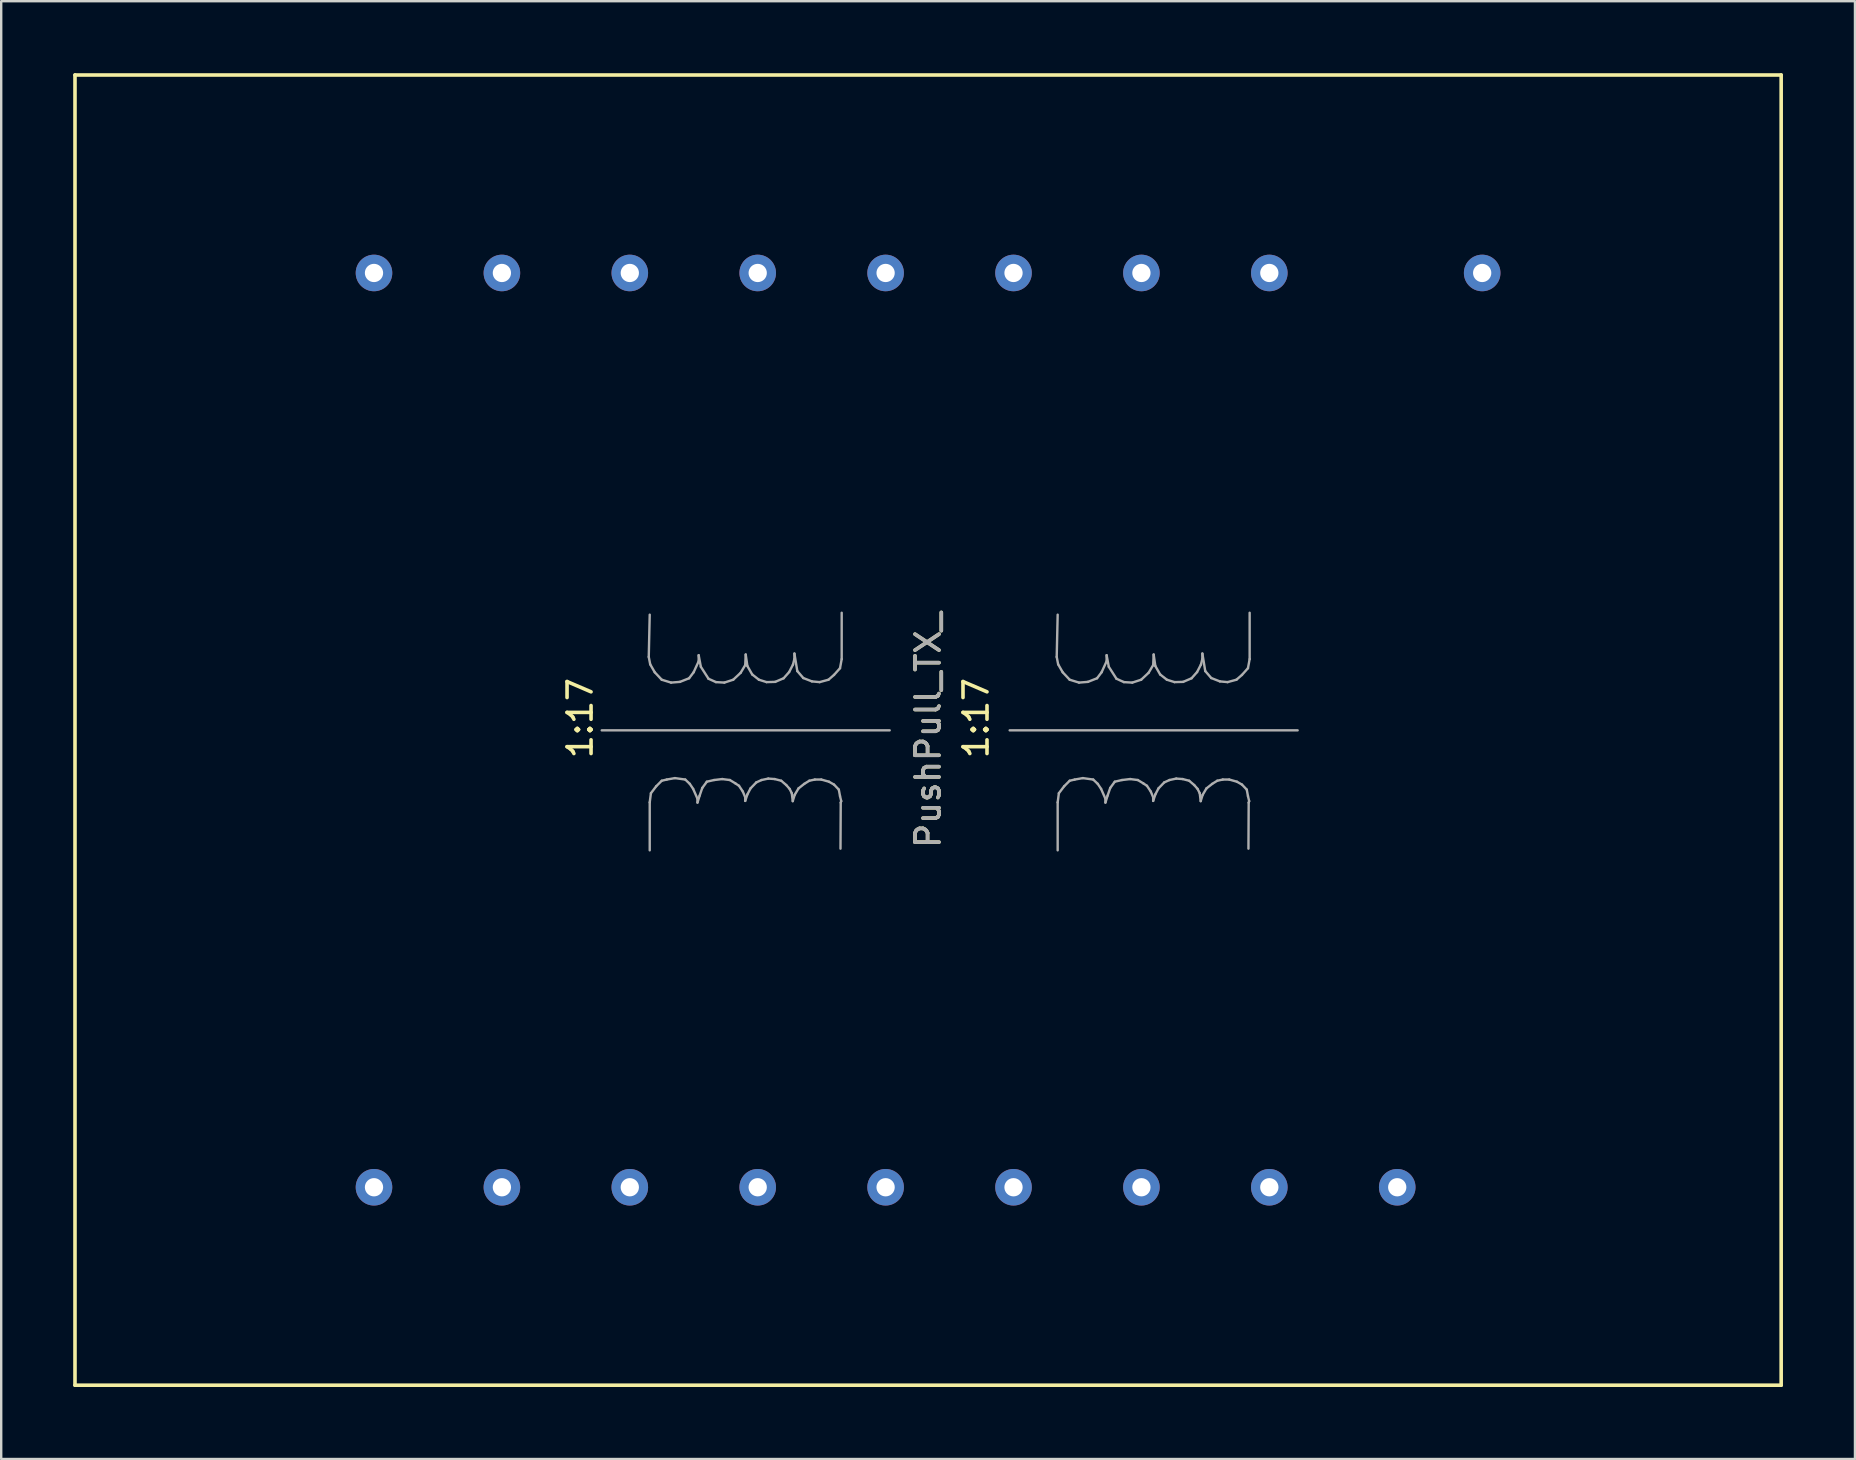
<source format=kicad_pcb>
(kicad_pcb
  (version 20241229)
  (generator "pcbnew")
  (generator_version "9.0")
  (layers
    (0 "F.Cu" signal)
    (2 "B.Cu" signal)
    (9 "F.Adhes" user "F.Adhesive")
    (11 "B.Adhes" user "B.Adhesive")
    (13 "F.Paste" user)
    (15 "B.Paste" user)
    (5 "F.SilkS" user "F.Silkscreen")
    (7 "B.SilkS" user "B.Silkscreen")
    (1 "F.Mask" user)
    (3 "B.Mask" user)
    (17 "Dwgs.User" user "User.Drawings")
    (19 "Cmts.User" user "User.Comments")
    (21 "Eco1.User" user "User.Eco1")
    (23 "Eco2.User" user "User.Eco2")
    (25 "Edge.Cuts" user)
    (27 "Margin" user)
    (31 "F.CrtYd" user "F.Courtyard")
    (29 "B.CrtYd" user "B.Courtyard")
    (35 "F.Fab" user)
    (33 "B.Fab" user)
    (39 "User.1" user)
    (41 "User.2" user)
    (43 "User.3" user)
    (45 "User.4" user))
  (footprint "PushPull_TX_"
    (layer "F.Cu")
    (at 35.625 27.375)
    (property "Reference" "PushPull_TX_" (at 0 0 90) (layer "F.SilkS") (effects (font (size 1 1) (thickness 0.15))))
    (attr through_hole)
    (fp_line (start -35.55 -27.3) (end -35.55 27.3) (stroke (width 0.15) (type solid)) (layer "F.SilkS"))
    (fp_line (start -35.55 27.3) (end 35.55 27.3) (stroke (width 0.15) (type solid)) (layer "F.SilkS"))
    (fp_line (start 35.55 -27.3) (end -35.55 -27.3) (stroke (width 0.15) (type solid)) (layer "F.SilkS"))
    (fp_line (start 35.55 27.3) (end 35.55 -27.3) (stroke (width 0.15) (type solid)) (layer "F.SilkS"))
    (fp_line (start -13.6 0.01) (end -1.6 0.01) (stroke (width 0.1) (type solid)) (layer "F.Fab"))
    (fp_line (start -11.64 -3.05) (end -11.58 -2.74) (stroke (width 0.1) (type solid)) (layer "F.Fab"))
    (fp_line (start -11.6 -4.81) (end -11.64 -3.05) (stroke (width 0.1) (type solid)) (layer "F.Fab"))
    (fp_line (start -11.6 3.01) (end -11.55 2.63) (stroke (width 0.1) (type solid)) (layer "F.Fab"))
    (fp_line (start -11.6 5.01) (end -11.6 3.01) (stroke (width 0.1) (type solid)) (layer "F.Fab"))
    (fp_line (start -11.58 -2.74) (end -11.39 -2.41) (stroke (width 0.1) (type solid)) (layer "F.Fab"))
    (fp_line (start -11.55 2.63) (end -11.33 2.34) (stroke (width 0.1) (type solid)) (layer "F.Fab"))
    (fp_line (start -11.39 -2.41) (end -11.1 -2.1) (stroke (width 0.1) (type solid)) (layer "F.Fab"))
    (fp_line (start -11.33 2.34) (end -11.1 2.11) (stroke (width 0.1) (type solid)) (layer "F.Fab"))
    (fp_line (start -11.1 -2.1) (end -10.71 -1.98) (stroke (width 0.1) (type solid)) (layer "F.Fab"))
    (fp_line (start -11.1 2.11) (end -10.89 2.06) (stroke (width 0.1) (type solid)) (layer "F.Fab"))
    (fp_line (start -10.89 2.06) (end -10.55 2) (stroke (width 0.1) (type solid)) (layer "F.Fab"))
    (fp_line (start -10.71 -1.98) (end -10.34 -2.01) (stroke (width 0.1) (type solid)) (layer "F.Fab"))
    (fp_line (start -10.55 2) (end -10.12 2.06) (stroke (width 0.1) (type solid)) (layer "F.Fab"))
    (fp_line (start -10.34 -2.01) (end -9.96 -2.16) (stroke (width 0.1) (type solid)) (layer "F.Fab"))
    (fp_line (start -10.12 2.06) (end -9.93 2.24) (stroke (width 0.1) (type solid)) (layer "F.Fab"))
    (fp_line (start -9.96 -2.16) (end -9.77 -2.41) (stroke (width 0.1) (type solid)) (layer "F.Fab"))
    (fp_line (start -9.93 2.24) (end -9.79 2.45) (stroke (width 0.1) (type solid)) (layer "F.Fab"))
    (fp_line (start -9.79 2.45) (end -9.61 2.86) (stroke (width 0.1) (type solid)) (layer "F.Fab"))
    (fp_line (start -9.77 -2.41) (end -9.56 -2.87) (stroke (width 0.1) (type solid)) (layer "F.Fab"))
    (fp_line (start -9.61 2.86) (end -9.61 3.02) (stroke (width 0.1) (type solid)) (layer "F.Fab"))
    (fp_line (start -9.61 3.02) (end -9.52 2.73) (stroke (width 0.1) (type solid)) (layer "F.Fab"))
    (fp_line (start -9.56 -3.12) (end -9.47 -2.64) (stroke (width 0.1) (type solid)) (layer "F.Fab"))
    (fp_line (start -9.56 -2.87) (end -9.56 -3.12) (stroke (width 0.1) (type solid)) (layer "F.Fab"))
    (fp_line (start -9.52 2.73) (end -9.41 2.41) (stroke (width 0.1) (type solid)) (layer "F.Fab"))
    (fp_line (start -9.47 -2.64) (end -9.15 -2.14) (stroke (width 0.1) (type solid)) (layer "F.Fab"))
    (fp_line (start -9.41 2.41) (end -9.22 2.15) (stroke (width 0.1) (type solid)) (layer "F.Fab"))
    (fp_line (start -9.22 2.15) (end -8.92 2.08) (stroke (width 0.1) (type solid)) (layer "F.Fab"))
    (fp_line (start -9.15 -2.14) (end -8.84 -2) (stroke (width 0.1) (type solid)) (layer "F.Fab"))
    (fp_line (start -8.92 2.08) (end -8.58 2.04) (stroke (width 0.1) (type solid)) (layer "F.Fab"))
    (fp_line (start -8.84 -2) (end -8.49 -1.98) (stroke (width 0.1) (type solid)) (layer "F.Fab"))
    (fp_line (start -8.58 2.04) (end -8.26 2.08) (stroke (width 0.1) (type solid)) (layer "F.Fab"))
    (fp_line (start -8.49 -1.98) (end -8.12 -2.1) (stroke (width 0.1) (type solid)) (layer "F.Fab"))
    (fp_line (start -8.26 2.08) (end -8.03 2.22) (stroke (width 0.1) (type solid)) (layer "F.Fab"))
    (fp_line (start -8.12 -2.1) (end -7.81 -2.39) (stroke (width 0.1) (type solid)) (layer "F.Fab"))
    (fp_line (start -8.03 2.22) (end -7.88 2.32) (stroke (width 0.1) (type solid)) (layer "F.Fab"))
    (fp_line (start -7.88 2.32) (end -7.72 2.56) (stroke (width 0.1) (type solid)) (layer "F.Fab"))
    (fp_line (start -7.81 -2.39) (end -7.62 -2.71) (stroke (width 0.1) (type solid)) (layer "F.Fab"))
    (fp_line (start -7.72 2.56) (end -7.62 2.8) (stroke (width 0.1) (type solid)) (layer "F.Fab"))
    (fp_line (start -7.62 -2.71) (end -7.6 -3.15) (stroke (width 0.1) (type solid)) (layer "F.Fab"))
    (fp_line (start -7.62 2.8) (end -7.62 2.95) (stroke (width 0.1) (type solid)) (layer "F.Fab"))
    (fp_line (start -7.62 2.95) (end -7.53 2.68) (stroke (width 0.1) (type solid)) (layer "F.Fab"))
    (fp_line (start -7.6 -3.15) (end -7.53 -2.67) (stroke (width 0.1) (type solid)) (layer "F.Fab"))
    (fp_line (start -7.53 -2.67) (end -7.33 -2.32) (stroke (width 0.1) (type solid)) (layer "F.Fab"))
    (fp_line (start -7.53 2.68) (end -7.4 2.43) (stroke (width 0.1) (type solid)) (layer "F.Fab"))
    (fp_line (start -7.4 2.43) (end -7.16 2.18) (stroke (width 0.1) (type solid)) (layer "F.Fab"))
    (fp_line (start -7.33 -2.32) (end -7.05 -2.1) (stroke (width 0.1) (type solid)) (layer "F.Fab"))
    (fp_line (start -7.16 2.18) (end -6.94 2.08) (stroke (width 0.1) (type solid)) (layer "F.Fab"))
    (fp_line (start -7.05 -2.1) (end -6.73 -2) (stroke (width 0.1) (type solid)) (layer "F.Fab"))
    (fp_line (start -6.94 2.08) (end -6.66 2.02) (stroke (width 0.1) (type solid)) (layer "F.Fab"))
    (fp_line (start -6.73 -2) (end -6.37 -2.01) (stroke (width 0.1) (type solid)) (layer "F.Fab"))
    (fp_line (start -6.66 2.02) (end -6.39 2.04) (stroke (width 0.1) (type solid)) (layer "F.Fab"))
    (fp_line (start -6.39 2.04) (end -6.12 2.11) (stroke (width 0.1) (type solid)) (layer "F.Fab"))
    (fp_line (start -6.37 -2.01) (end -6.02 -2.16) (stroke (width 0.1) (type solid)) (layer "F.Fab"))
    (fp_line (start -6.12 2.11) (end -5.91 2.29) (stroke (width 0.1) (type solid)) (layer "F.Fab"))
    (fp_line (start -6.02 -2.16) (end -5.79 -2.42) (stroke (width 0.1) (type solid)) (layer "F.Fab"))
    (fp_line (start -5.91 2.29) (end -5.77 2.45) (stroke (width 0.1) (type solid)) (layer "F.Fab"))
    (fp_line (start -5.79 -2.42) (end -5.63 -2.73) (stroke (width 0.1) (type solid)) (layer "F.Fab"))
    (fp_line (start -5.77 2.45) (end -5.68 2.63) (stroke (width 0.1) (type solid)) (layer "F.Fab"))
    (fp_line (start -5.68 2.63) (end -5.64 2.96) (stroke (width 0.1) (type solid)) (layer "F.Fab"))
    (fp_line (start -5.64 2.96) (end -5.56 2.7) (stroke (width 0.1) (type solid)) (layer "F.Fab"))
    (fp_line (start -5.63 -2.73) (end -5.57 -2.97) (stroke (width 0.1) (type solid)) (layer "F.Fab"))
    (fp_line (start -5.57 -3.19) (end -5.45 -2.46) (stroke (width 0.1) (type solid)) (layer "F.Fab"))
    (fp_line (start -5.57 -2.97) (end -5.57 -3.19) (stroke (width 0.1) (type solid)) (layer "F.Fab"))
    (fp_line (start -5.56 2.7) (end -5.4 2.43) (stroke (width 0.1) (type solid)) (layer "F.Fab"))
    (fp_line (start -5.45 -2.46) (end -5.2 -2.17) (stroke (width 0.1) (type solid)) (layer "F.Fab"))
    (fp_line (start -5.4 2.43) (end -5.16 2.24) (stroke (width 0.1) (type solid)) (layer "F.Fab"))
    (fp_line (start -5.2 -2.17) (end -4.84 -2.03) (stroke (width 0.1) (type solid)) (layer "F.Fab"))
    (fp_line (start -5.16 2.24) (end -4.95 2.11) (stroke (width 0.1) (type solid)) (layer "F.Fab"))
    (fp_line (start -4.95 2.11) (end -4.72 2.06) (stroke (width 0.1) (type solid)) (layer "F.Fab"))
    (fp_line (start -4.84 -2.03) (end -4.52 -2) (stroke (width 0.1) (type solid)) (layer "F.Fab"))
    (fp_line (start -4.72 2.06) (end -4.45 2.06) (stroke (width 0.1) (type solid)) (layer "F.Fab"))
    (fp_line (start -4.52 -2) (end -4.15 -2.1) (stroke (width 0.1) (type solid)) (layer "F.Fab"))
    (fp_line (start -4.45 2.06) (end -4.13 2.15) (stroke (width 0.1) (type solid)) (layer "F.Fab"))
    (fp_line (start -4.15 -2.1) (end -3.92 -2.3) (stroke (width 0.1) (type solid)) (layer "F.Fab"))
    (fp_line (start -4.13 2.15) (end -3.92 2.27) (stroke (width 0.1) (type solid)) (layer "F.Fab"))
    (fp_line (start -3.92 -2.3) (end -3.67 -2.58) (stroke (width 0.1) (type solid)) (layer "F.Fab"))
    (fp_line (start -3.92 2.27) (end -3.72 2.48) (stroke (width 0.1) (type solid)) (layer "F.Fab"))
    (fp_line (start -3.72 2.48) (end -3.67 2.75) (stroke (width 0.1) (type solid)) (layer "F.Fab"))
    (fp_line (start -3.67 -2.58) (end -3.6 -2.96) (stroke (width 0.1) (type solid)) (layer "F.Fab"))
    (fp_line (start -3.67 2.75) (end -3.62 2.96) (stroke (width 0.1) (type solid)) (layer "F.Fab"))
    (fp_line (start -3.64 3.02) (end -3.65 4.94) (stroke (width 0.1) (type solid)) (layer "F.Fab"))
    (fp_line (start -3.62 2.96) (end -3.64 3.02) (stroke (width 0.1) (type solid)) (layer "F.Fab"))
    (fp_line (start -3.6 -2.96) (end -3.6 -4.89) (stroke (width 0.1) (type solid)) (layer "F.Fab"))
    (fp_line (start 3.4 0.01) (end 15.4 0.01) (stroke (width 0.1) (type solid)) (layer "F.Fab"))
    (fp_line (start 5.36 -3.05) (end 5.42 -2.74) (stroke (width 0.1) (type solid)) (layer "F.Fab"))
    (fp_line (start 5.4 -4.81) (end 5.36 -3.05) (stroke (width 0.1) (type solid)) (layer "F.Fab"))
    (fp_line (start 5.4 3.01) (end 5.45 2.63) (stroke (width 0.1) (type solid)) (layer "F.Fab"))
    (fp_line (start 5.4 5.01) (end 5.4 3.01) (stroke (width 0.1) (type solid)) (layer "F.Fab"))
    (fp_line (start 5.42 -2.74) (end 5.61 -2.41) (stroke (width 0.1) (type solid)) (layer "F.Fab"))
    (fp_line (start 5.45 2.63) (end 5.67 2.34) (stroke (width 0.1) (type solid)) (layer "F.Fab"))
    (fp_line (start 5.61 -2.41) (end 5.9 -2.1) (stroke (width 0.1) (type solid)) (layer "F.Fab"))
    (fp_line (start 5.67 2.34) (end 5.9 2.11) (stroke (width 0.1) (type solid)) (layer "F.Fab"))
    (fp_line (start 5.9 -2.1) (end 6.29 -1.98) (stroke (width 0.1) (type solid)) (layer "F.Fab"))
    (fp_line (start 5.9 2.11) (end 6.11 2.06) (stroke (width 0.1) (type solid)) (layer "F.Fab"))
    (fp_line (start 6.11 2.06) (end 6.45 2) (stroke (width 0.1) (type solid)) (layer "F.Fab"))
    (fp_line (start 6.29 -1.98) (end 6.66 -2.01) (stroke (width 0.1) (type solid)) (layer "F.Fab"))
    (fp_line (start 6.45 2) (end 6.88 2.06) (stroke (width 0.1) (type solid)) (layer "F.Fab"))
    (fp_line (start 6.66 -2.01) (end 7.04 -2.16) (stroke (width 0.1) (type solid)) (layer "F.Fab"))
    (fp_line (start 6.88 2.06) (end 7.07 2.24) (stroke (width 0.1) (type solid)) (layer "F.Fab"))
    (fp_line (start 7.04 -2.16) (end 7.23 -2.41) (stroke (width 0.1) (type solid)) (layer "F.Fab"))
    (fp_line (start 7.07 2.24) (end 7.21 2.45) (stroke (width 0.1) (type solid)) (layer "F.Fab"))
    (fp_line (start 7.21 2.45) (end 7.39 2.86) (stroke (width 0.1) (type solid)) (layer "F.Fab"))
    (fp_line (start 7.23 -2.41) (end 7.44 -2.87) (stroke (width 0.1) (type solid)) (layer "F.Fab"))
    (fp_line (start 7.39 2.86) (end 7.39 3.02) (stroke (width 0.1) (type solid)) (layer "F.Fab"))
    (fp_line (start 7.39 3.02) (end 7.48 2.73) (stroke (width 0.1) (type solid)) (layer "F.Fab"))
    (fp_line (start 7.44 -3.12) (end 7.53 -2.64) (stroke (width 0.1) (type solid)) (layer "F.Fab"))
    (fp_line (start 7.44 -2.87) (end 7.44 -3.12) (stroke (width 0.1) (type solid)) (layer "F.Fab"))
    (fp_line (start 7.48 2.73) (end 7.59 2.41) (stroke (width 0.1) (type solid)) (layer "F.Fab"))
    (fp_line (start 7.53 -2.64) (end 7.85 -2.14) (stroke (width 0.1) (type solid)) (layer "F.Fab"))
    (fp_line (start 7.59 2.41) (end 7.78 2.15) (stroke (width 0.1) (type solid)) (layer "F.Fab"))
    (fp_line (start 7.78 2.15) (end 8.08 2.08) (stroke (width 0.1) (type solid)) (layer "F.Fab"))
    (fp_line (start 7.85 -2.14) (end 8.16 -2) (stroke (width 0.1) (type solid)) (layer "F.Fab"))
    (fp_line (start 8.08 2.08) (end 8.42 2.04) (stroke (width 0.1) (type solid)) (layer "F.Fab"))
    (fp_line (start 8.16 -2) (end 8.51 -1.98) (stroke (width 0.1) (type solid)) (layer "F.Fab"))
    (fp_line (start 8.42 2.04) (end 8.74 2.08) (stroke (width 0.1) (type solid)) (layer "F.Fab"))
    (fp_line (start 8.51 -1.98) (end 8.88 -2.1) (stroke (width 0.1) (type solid)) (layer "F.Fab"))
    (fp_line (start 8.74 2.08) (end 8.97 2.22) (stroke (width 0.1) (type solid)) (layer "F.Fab"))
    (fp_line (start 8.88 -2.1) (end 9.19 -2.39) (stroke (width 0.1) (type solid)) (layer "F.Fab"))
    (fp_line (start 8.97 2.22) (end 9.12 2.32) (stroke (width 0.1) (type solid)) (layer "F.Fab"))
    (fp_line (start 9.12 2.32) (end 9.28 2.56) (stroke (width 0.1) (type solid)) (layer "F.Fab"))
    (fp_line (start 9.19 -2.39) (end 9.38 -2.71) (stroke (width 0.1) (type solid)) (layer "F.Fab"))
    (fp_line (start 9.28 2.56) (end 9.38 2.8) (stroke (width 0.1) (type solid)) (layer "F.Fab"))
    (fp_line (start 9.38 -2.71) (end 9.4 -3.15) (stroke (width 0.1) (type solid)) (layer "F.Fab"))
    (fp_line (start 9.38 2.8) (end 9.38 2.95) (stroke (width 0.1) (type solid)) (layer "F.Fab"))
    (fp_line (start 9.38 2.95) (end 9.47 2.68) (stroke (width 0.1) (type solid)) (layer "F.Fab"))
    (fp_line (start 9.4 -3.15) (end 9.47 -2.67) (stroke (width 0.1) (type solid)) (layer "F.Fab"))
    (fp_line (start 9.47 -2.67) (end 9.67 -2.32) (stroke (width 0.1) (type solid)) (layer "F.Fab"))
    (fp_line (start 9.47 2.68) (end 9.6 2.43) (stroke (width 0.1) (type solid)) (layer "F.Fab"))
    (fp_line (start 9.6 2.43) (end 9.84 2.18) (stroke (width 0.1) (type solid)) (layer "F.Fab"))
    (fp_line (start 9.67 -2.32) (end 9.95 -2.1) (stroke (width 0.1) (type solid)) (layer "F.Fab"))
    (fp_line (start 9.84 2.18) (end 10.06 2.08) (stroke (width 0.1) (type solid)) (layer "F.Fab"))
    (fp_line (start 9.95 -2.1) (end 10.27 -2) (stroke (width 0.1) (type solid)) (layer "F.Fab"))
    (fp_line (start 10.06 2.08) (end 10.34 2.02) (stroke (width 0.1) (type solid)) (layer "F.Fab"))
    (fp_line (start 10.27 -2) (end 10.63 -2.01) (stroke (width 0.1) (type solid)) (layer "F.Fab"))
    (fp_line (start 10.34 2.02) (end 10.61 2.04) (stroke (width 0.1) (type solid)) (layer "F.Fab"))
    (fp_line (start 10.61 2.04) (end 10.88 2.11) (stroke (width 0.1) (type solid)) (layer "F.Fab"))
    (fp_line (start 10.63 -2.01) (end 10.98 -2.16) (stroke (width 0.1) (type solid)) (layer "F.Fab"))
    (fp_line (start 10.88 2.11) (end 11.09 2.29) (stroke (width 0.1) (type solid)) (layer "F.Fab"))
    (fp_line (start 10.98 -2.16) (end 11.21 -2.42) (stroke (width 0.1) (type solid)) (layer "F.Fab"))
    (fp_line (start 11.09 2.29) (end 11.23 2.45) (stroke (width 0.1) (type solid)) (layer "F.Fab"))
    (fp_line (start 11.21 -2.42) (end 11.37 -2.73) (stroke (width 0.1) (type solid)) (layer "F.Fab"))
    (fp_line (start 11.23 2.45) (end 11.32 2.63) (stroke (width 0.1) (type solid)) (layer "F.Fab"))
    (fp_line (start 11.32 2.63) (end 11.36 2.96) (stroke (width 0.1) (type solid)) (layer "F.Fab"))
    (fp_line (start 11.36 2.96) (end 11.44 2.7) (stroke (width 0.1) (type solid)) (layer "F.Fab"))
    (fp_line (start 11.37 -2.73) (end 11.43 -2.97) (stroke (width 0.1) (type solid)) (layer "F.Fab"))
    (fp_line (start 11.43 -3.19) (end 11.55 -2.46) (stroke (width 0.1) (type solid)) (layer "F.Fab"))
    (fp_line (start 11.43 -2.97) (end 11.43 -3.19) (stroke (width 0.1) (type solid)) (layer "F.Fab"))
    (fp_line (start 11.44 2.7) (end 11.6 2.43) (stroke (width 0.1) (type solid)) (layer "F.Fab"))
    (fp_line (start 11.55 -2.46) (end 11.8 -2.17) (stroke (width 0.1) (type solid)) (layer "F.Fab"))
    (fp_line (start 11.6 2.43) (end 11.84 2.24) (stroke (width 0.1) (type solid)) (layer "F.Fab"))
    (fp_line (start 11.8 -2.17) (end 12.16 -2.03) (stroke (width 0.1) (type solid)) (layer "F.Fab"))
    (fp_line (start 11.84 2.24) (end 12.05 2.11) (stroke (width 0.1) (type solid)) (layer "F.Fab"))
    (fp_line (start 12.05 2.11) (end 12.28 2.06) (stroke (width 0.1) (type solid)) (layer "F.Fab"))
    (fp_line (start 12.16 -2.03) (end 12.48 -2) (stroke (width 0.1) (type solid)) (layer "F.Fab"))
    (fp_line (start 12.28 2.06) (end 12.55 2.06) (stroke (width 0.1) (type solid)) (layer "F.Fab"))
    (fp_line (start 12.48 -2) (end 12.85 -2.1) (stroke (width 0.1) (type solid)) (layer "F.Fab"))
    (fp_line (start 12.55 2.06) (end 12.87 2.15) (stroke (width 0.1) (type solid)) (layer "F.Fab"))
    (fp_line (start 12.85 -2.1) (end 13.08 -2.3) (stroke (width 0.1) (type solid)) (layer "F.Fab"))
    (fp_line (start 12.87 2.15) (end 13.08 2.27) (stroke (width 0.1) (type solid)) (layer "F.Fab"))
    (fp_line (start 13.08 -2.3) (end 13.33 -2.58) (stroke (width 0.1) (type solid)) (layer "F.Fab"))
    (fp_line (start 13.08 2.27) (end 13.28 2.48) (stroke (width 0.1) (type solid)) (layer "F.Fab"))
    (fp_line (start 13.28 2.48) (end 13.33 2.75) (stroke (width 0.1) (type solid)) (layer "F.Fab"))
    (fp_line (start 13.33 -2.58) (end 13.4 -2.96) (stroke (width 0.1) (type solid)) (layer "F.Fab"))
    (fp_line (start 13.33 2.75) (end 13.38 2.96) (stroke (width 0.1) (type solid)) (layer "F.Fab"))
    (fp_line (start 13.36 3.02) (end 13.35 4.94) (stroke (width 0.1) (type solid)) (layer "F.Fab"))
    (fp_line (start 13.38 2.96) (end 13.36 3.02) (stroke (width 0.1) (type solid)) (layer "F.Fab"))
    (fp_line (start 13.4 -2.96) (end 13.4 -4.89) (stroke (width 0.1) (type solid)) (layer "F.Fab"))
    (fp_text user "1:17" (at -14.5 -0.5 90) (layer "F.SilkS") (effects (font (size 1 1) (thickness 0.15))))
    (fp_text user "1:17" (at 2 -0.5 90) (layer "F.SilkS") (effects (font (size 1 1) (thickness 0.15))))
    (fp_text user "${REFERENCE}" (at 0 0 90) (layer "F.Fab") (effects (font (size 1 1) (thickness 0.15))))
    (pad "P!" thru_hole circle (at 14.22 -19.05) (size 1.524 1.524) (drill 0.762) (layers "*.Cu" "*.Mask"))
    (pad "P1" thru_hole circle (at 8.89 -19.05) (size 1.524 1.524) (drill 0.762) (layers "*.Cu" "*.Mask"))
    (pad "P1" thru_hole circle (at 23.09 -19.05) (size 1.524 1.524) (drill 0.762) (layers "*.Cu" "*.Mask"))
    (pad "P2" thru_hole circle (at -23.09 -19.05) (size 1.524 1.524) (drill 0.762) (layers "*.Cu" "*.Mask"))
    (pad "P2" thru_hole circle (at -17.76 -19.05) (size 1.524 1.524) (drill 0.762) (layers "*.Cu" "*.Mask"))
    (pad "P2" thru_hole circle (at -12.43 -19.05) (size 1.524 1.524) (drill 0.762) (layers "*.Cu" "*.Mask"))
    (pad "S1" thru_hole circle (at 8.89 19.05) (size 1.524 1.524) (drill 0.762) (layers "*.Cu" "*.Mask"))
    (pad "S1" thru_hole circle (at 14.22 19.05) (size 1.524 1.524) (drill 0.762) (layers "*.Cu" "*.Mask"))
    (pad "S1" thru_hole circle (at 19.55 19.05) (size 1.524 1.524) (drill 0.762) (layers "*.Cu" "*.Mask"))
    (pad "S2" thru_hole circle (at -23.09 19.05) (size 1.524 1.524) (drill 0.762) (layers "*.Cu" "*.Mask"))
    (pad "S2" thru_hole circle (at -17.76 19.05) (size 1.524 1.524) (drill 0.762) (layers "*.Cu" "*.Mask"))
    (pad "S2" thru_hole circle (at -12.43 19.05) (size 1.524 1.524) (drill 0.762) (layers "*.Cu" "*.Mask"))
    (pad "SC" thru_hole circle (at -7.1 19.05) (size 1.524 1.524) (drill 0.762) (layers "*.Cu" "*.Mask"))
    (pad "SC" thru_hole circle (at -1.77 19.05) (size 1.524 1.524) (drill 0.762) (layers "*.Cu" "*.Mask"))
    (pad "Sc" thru_hole circle (at 3.56 19.05) (size 1.524 1.524) (drill 0.762) (layers "*.Cu" "*.Mask"))
    (pad "Vin" thru_hole circle (at -7.1 -19.05) (size 1.524 1.524) (drill 0.762) (layers "*.Cu" "*.Mask"))
    (pad "Vin" thru_hole circle (at -1.77 -19.05) (size 1.524 1.524) (drill 0.762) (layers "*.Cu" "*.Mask"))
    (pad "Vin" thru_hole circle (at 3.56 -19.05) (size 1.524 1.524) (drill 0.762) (layers "*.Cu" "*.Mask")))
  (gr_rect
    (start -3 -3)
    (end 74.25 57.75)
    (stroke (width 0.1) (type default))
    (fill no)
    (layer "Edge.Cuts")))
</source>
